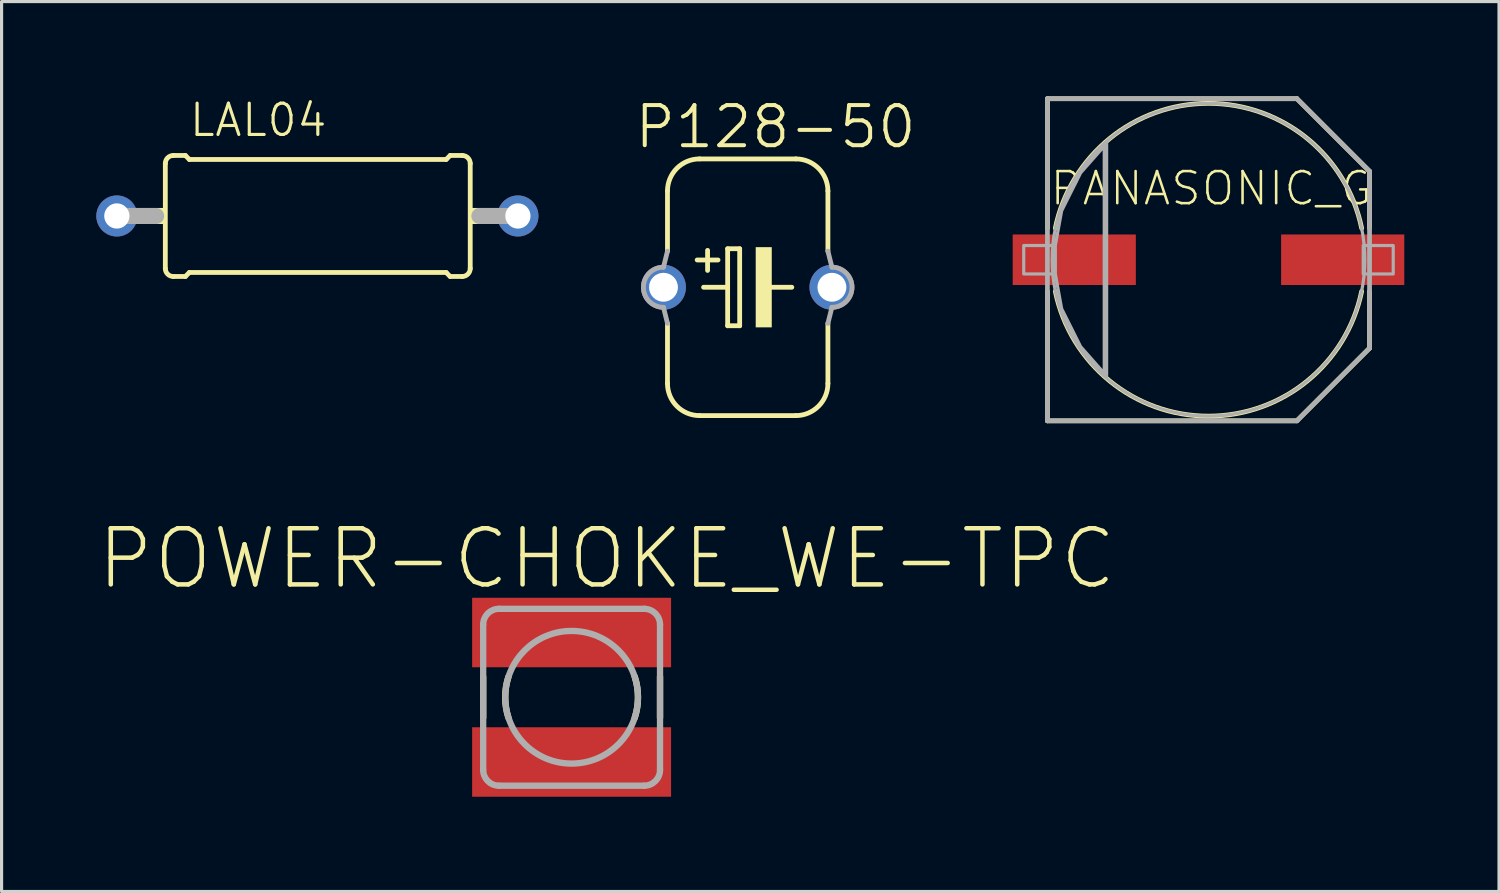
<source format=kicad_pcb>
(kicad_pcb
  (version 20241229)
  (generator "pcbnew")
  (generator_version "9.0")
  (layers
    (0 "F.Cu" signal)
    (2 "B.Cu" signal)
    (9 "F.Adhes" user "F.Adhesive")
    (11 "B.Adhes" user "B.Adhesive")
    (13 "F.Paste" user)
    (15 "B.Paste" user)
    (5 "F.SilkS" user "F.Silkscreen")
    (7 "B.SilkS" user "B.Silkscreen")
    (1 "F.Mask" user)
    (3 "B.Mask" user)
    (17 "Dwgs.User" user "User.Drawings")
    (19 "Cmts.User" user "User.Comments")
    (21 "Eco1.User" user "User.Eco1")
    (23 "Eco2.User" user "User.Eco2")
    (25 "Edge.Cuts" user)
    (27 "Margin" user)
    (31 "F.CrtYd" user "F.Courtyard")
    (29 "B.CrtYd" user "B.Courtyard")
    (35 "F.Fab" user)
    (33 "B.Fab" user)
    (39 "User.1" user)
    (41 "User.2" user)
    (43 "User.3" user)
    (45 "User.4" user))
  (footprint "POWER-CHOKE_WE-TPC"
    (layer "F.Cu")
    (at 15.05 19.029)
    (property "Reference" "POWER-CHOKE_WE-TPC" (at 1.114 -4.389 0) (layer "F.SilkS") (effects (font (size 1.778 1.778) (thickness 0.142))))
    (attr through_hole)
    (fp_line (start -2.8 -0.65) (end -2.8 0.65) (stroke (width 0.2) (type solid)) (layer "F.SilkS"))
    (fp_line (start 2.8 0.65) (end 2.8 -0.65) (stroke (width 0.2) (type solid)) (layer "F.SilkS"))
    (fp_arc (start -2 0.65) (mid -2.102974 0) (end -2 -0.65) (stroke (width 0.2) (type solid)) (layer "F.SilkS"))
    (fp_arc (start 2 -0.65) (mid 2.102974 0) (end 2 0.65) (stroke (width 0.2) (type solid)) (layer "F.SilkS"))
    (fp_line (start -2.8 2.3) (end -2.8 -2.3) (stroke (width 0.2) (type solid)) (layer "F.Fab"))
    (fp_line (start -2.3 -2.8) (end 2.3 -2.8) (stroke (width 0.2) (type solid)) (layer "F.Fab"))
    (fp_line (start 2.3 2.8) (end -2.3 2.8) (stroke (width 0.2) (type solid)) (layer "F.Fab"))
    (fp_line (start 2.8 -2.3) (end 2.8 2.3) (stroke (width 0.2) (type solid)) (layer "F.Fab"))
    (fp_arc (start -2.8 -2.3) (mid -2.653553 -2.653553) (end -2.3 -2.8) (stroke (width 0.2) (type solid)) (layer "F.Fab"))
    (fp_arc (start -2.3 2.8) (mid -2.653553 2.653553) (end -2.8 2.3) (stroke (width 0.2) (type solid)) (layer "F.Fab"))
    (fp_arc (start 2.3 -2.8) (mid 2.653553 -2.653553) (end 2.8 -2.3) (stroke (width 0.2) (type solid)) (layer "F.Fab"))
    (fp_arc (start 2.8 2.3) (mid 2.653553 2.653553) (end 2.3 2.8) (stroke (width 0.2) (type solid)) (layer "F.Fab"))
    (fp_circle (center 0 0) (end 2.1 0) (stroke (width 0.2) (type solid)) (fill no) (layer "F.Fab"))
    (pad "1" smd rect (at 0 -2.05) (size 6.3 2.2) (layers "F.Cu" "F.Mask" "F.Paste"))
    (pad "2" smd rect (at 0 2.05) (size 6.3 2.2) (layers "F.Cu" "F.Mask" "F.Paste")))
  (footprint "P128-50"
    (layer "F.Cu")
    (at 20.626 6.046)
    (property "Reference" "P128-50" (at 0.883 -5.08 0) (layer "F.SilkS") (effects (font (size 1.27 1.27) (thickness 0.127))))
    (attr through_hole)
    (fp_line (start -2.54 -3.048) (end -2.54 -1.143) (stroke (width 0.152) (type solid)) (layer "F.SilkS"))
    (fp_line (start -2.54 1.143) (end -2.54 3.048) (stroke (width 0.152) (type solid)) (layer "F.SilkS"))
    (fp_line (start -1.524 4.064) (end 1.524 4.064) (stroke (width 0.152) (type solid)) (layer "F.SilkS"))
    (fp_line (start -1.397 0) (end -0.635 0) (stroke (width 0.152) (type solid)) (layer "F.SilkS"))
    (fp_line (start -1.27 -1.168) (end -1.27 -0.533) (stroke (width 0.152) (type solid)) (layer "F.SilkS"))
    (fp_line (start -0.94 -0.864) (end -1.6 -0.864) (stroke (width 0.152) (type solid)) (layer "F.SilkS"))
    (fp_line (start -0.635 -1.219) (end -0.635 0) (stroke (width 0.152) (type solid)) (layer "F.SilkS"))
    (fp_line (start -0.635 0) (end -0.635 1.219) (stroke (width 0.152) (type solid)) (layer "F.SilkS"))
    (fp_line (start -0.635 1.219) (end -0.254 1.219) (stroke (width 0.152) (type solid)) (layer "F.SilkS"))
    (fp_line (start -0.254 -1.219) (end -0.635 -1.219) (stroke (width 0.152) (type solid)) (layer "F.SilkS"))
    (fp_line (start -0.254 1.219) (end -0.254 -1.219) (stroke (width 0.152) (type solid)) (layer "F.SilkS"))
    (fp_line (start 0.635 0) (end 1.397 0) (stroke (width 0.152) (type solid)) (layer "F.SilkS"))
    (fp_line (start 1.524 -4.064) (end -1.524 -4.064) (stroke (width 0.152) (type solid)) (layer "F.SilkS"))
    (fp_line (start 2.54 -3.048) (end 2.54 -1.143) (stroke (width 0.152) (type solid)) (layer "F.SilkS"))
    (fp_line (start 2.54 1.143) (end 2.54 3.048) (stroke (width 0.152) (type solid)) (layer "F.SilkS"))
    (fp_arc (start -2.54 -3.048) (mid -2.24242 -3.76642) (end -1.524 -4.064) (stroke (width 0.1524) (type solid)) (layer "F.SilkS"))
    (fp_arc (start -1.524 4.064) (mid -2.24242 3.76642) (end -2.54 3.048) (stroke (width 0.1524) (type solid)) (layer "F.SilkS"))
    (fp_arc (start 1.524 -4.064) (mid 2.24242 -3.76642) (end 2.54 -3.048) (stroke (width 0.1524) (type solid)) (layer "F.SilkS"))
    (fp_arc (start 2.54 3.048) (mid 2.24242 3.76642) (end 1.524 4.064) (stroke (width 0.1524) (type solid)) (layer "F.SilkS"))
    (fp_poly (pts (xy 0.254 -1.27) (xy 0.762 -1.27) (xy 0.762 1.27) (xy 0.254 1.27)) (stroke (width 0) (type solid)) (fill yes) (layer "F.SilkS"))
    (fp_line (start -2.667 -0.635) (end -2.54 -1.143) (stroke (width 0.152) (type solid)) (layer "F.Fab"))
    (fp_line (start -2.54 1.143) (end -2.667 0.635) (stroke (width 0.152) (type solid)) (layer "F.Fab"))
    (fp_line (start 2.54 1.143) (end 2.667 0.635) (stroke (width 0.152) (type solid)) (layer "F.Fab"))
    (fp_line (start 2.667 -0.635) (end 2.54 -1.143) (stroke (width 0.152) (type solid)) (layer "F.Fab"))
    (fp_arc (start -2.667 0.635) (mid -3.302 0) (end -2.667 -0.635) (stroke (width 0.1524) (type solid)) (layer "F.Fab"))
    (fp_arc (start 2.667 -0.635) (mid 3.302 0) (end 2.667 0.635) (stroke (width 0.1524) (type solid)) (layer "F.Fab"))
    (pad "+" thru_hole circle (at -2.667 0) (size 1.422 1.422) (drill 0.914) (layers "*.Cu" "*.Mask"))
    (pad "-" thru_hole circle (at 2.667 0) (size 1.422 1.422) (drill 0.914) (layers "*.Cu" "*.Mask")))
  (footprint "PANASONIC_G"
    (layer "F.Cu")
    (at 35.217 5.175)
    (property "Reference" "PANASONIC_G" (at 0.087 -2.258 0) (layer "F.SilkS") (effects (font (size 1.016 1.016) (thickness 0.081))))
    (attr through_hole)
    (fp_line (start -5.1 -5.1) (end 2.8 -5.1) (stroke (width 0.15) (type solid)) (layer "F.SilkS"))
    (fp_line (start -5.1 -1) (end -5.1 -5.1) (stroke (width 0.15) (type solid)) (layer "F.SilkS"))
    (fp_line (start -5.1 5.1) (end -5.1 1) (stroke (width 0.15) (type solid)) (layer "F.SilkS"))
    (fp_line (start 2.8 -5.1) (end 5.1 -2.8) (stroke (width 0.15) (type solid)) (layer "F.SilkS"))
    (fp_line (start 2.8 5.1) (end -5.1 5.1) (stroke (width 0.15) (type solid)) (layer "F.SilkS"))
    (fp_line (start 5.1 -2.8) (end 5.1 -1) (stroke (width 0.15) (type solid)) (layer "F.SilkS"))
    (fp_line (start 5.1 1) (end 5.1 2.8) (stroke (width 0.15) (type solid)) (layer "F.SilkS"))
    (fp_line (start 5.1 2.8) (end 2.8 5.1) (stroke (width 0.15) (type solid)) (layer "F.SilkS"))
    (fp_arc (start -4.85 -1) (mid 0 -4.95202) (end 4.85 -1) (stroke (width 0.15) (type solid)) (layer "F.SilkS"))
    (fp_arc (start 4.85 1) (mid 0 4.95202) (end -4.85 1) (stroke (width 0.15) (type solid)) (layer "F.SilkS"))
    (fp_line (start -5.1 -5.1) (end 2.8 -5.1) (stroke (width 0.15) (type solid)) (layer "F.Fab"))
    (fp_line (start -5.1 5.1) (end -5.1 -5.1) (stroke (width 0.15) (type solid)) (layer "F.Fab"))
    (fp_line (start -3.25 -3.7) (end -3.25 3.65) (stroke (width 0.15) (type solid)) (layer "F.Fab"))
    (fp_line (start 2.8 -5.1) (end 5.1 -2.8) (stroke (width 0.15) (type solid)) (layer "F.Fab"))
    (fp_line (start 2.8 5.1) (end -5.1 5.1) (stroke (width 0.15) (type solid)) (layer "F.Fab"))
    (fp_line (start 5.1 -2.8) (end 5.1 2.8) (stroke (width 0.15) (type solid)) (layer "F.Fab"))
    (fp_line (start 5.1 2.8) (end 2.8 5.1) (stroke (width 0.15) (type solid)) (layer "F.Fab"))
    (fp_circle (center 0 0) (end 4.95 0) (stroke (width 0.102) (type solid)) (fill no) (layer "F.Fab"))
    (fp_poly (pts (xy -5.85 -0.45) (xy -4.9 -0.45) (xy -4.9 0.45) (xy -5.85 0.45)) (stroke (width 0.1) (type solid)) (fill no) (layer "F.Fab"))
    (fp_poly (pts (xy 4.9 -0.45) (xy 5.85 -0.45) (xy 5.85 0.45) (xy 4.9 0.45)) (stroke (width 0.1) (type solid)) (fill no) (layer "F.Fab"))
    (fp_poly (pts (xy -3.3 -3.6) (xy -4.05 -2.75) (xy -4.65 -1.55) (xy -4.85 -0.45) (xy -4.85 0.45) (xy -4.65 1.55) (xy -4.05 2.75) (xy -3.3 3.6) (xy -3.3 -3.55)) (stroke (width 0.102) (type solid)) (fill no) (layer "F.Fab"))
    (pad "+" smd rect (at 4.25 0) (size 3.9 1.6) (layers "F.Cu" "F.Mask" "F.Paste"))
    (pad "-" smd rect (at -4.25 0) (size 3.9 1.6) (layers "F.Cu" "F.Mask" "F.Paste")))
  (footprint "LAL04"
    (layer "F.Cu")
    (at 7 3.789)
    (property "Reference" "LAL04" (at -1.874 -3.035 0) (layer "F.SilkS") (effects (font (size 0.991 0.991) (thickness 0.099))))
    (attr through_hole)
    (fp_line (start -4.815 1.662) (end -4.815 -1.662) (stroke (width 0.152) (type solid)) (layer "F.SilkS"))
    (fp_line (start -4.561 -1.916) (end -4.18 -1.916) (stroke (width 0.152) (type solid)) (layer "F.SilkS"))
    (fp_line (start -4.561 1.916) (end -4.18 1.916) (stroke (width 0.152) (type solid)) (layer "F.SilkS"))
    (fp_line (start -4.053 -1.789) (end -4.18 -1.916) (stroke (width 0.152) (type solid)) (layer "F.SilkS"))
    (fp_line (start -4.053 1.789) (end -4.18 1.916) (stroke (width 0.152) (type solid)) (layer "F.SilkS"))
    (fp_line (start 4.078 -1.789) (end -4.053 -1.789) (stroke (width 0.152) (type solid)) (layer "F.SilkS"))
    (fp_line (start 4.078 -1.789) (end 4.205 -1.916) (stroke (width 0.152) (type solid)) (layer "F.SilkS"))
    (fp_line (start 4.078 1.789) (end -4.053 1.789) (stroke (width 0.152) (type solid)) (layer "F.SilkS"))
    (fp_line (start 4.078 1.789) (end 4.205 1.916) (stroke (width 0.152) (type solid)) (layer "F.SilkS"))
    (fp_line (start 4.586 -1.916) (end 4.205 -1.916) (stroke (width 0.152) (type solid)) (layer "F.SilkS"))
    (fp_line (start 4.586 1.916) (end 4.205 1.916) (stroke (width 0.152) (type solid)) (layer "F.SilkS"))
    (fp_line (start 4.84 1.662) (end 4.84 -1.662) (stroke (width 0.152) (type solid)) (layer "F.SilkS"))
    (fp_arc (start -4.815 -1.662) (mid -4.740605 -1.841605) (end -4.561 -1.916) (stroke (width 0.1524) (type solid)) (layer "F.SilkS"))
    (fp_arc (start -4.561 1.916) (mid -4.740605 1.841605) (end -4.815 1.662) (stroke (width 0.1524) (type solid)) (layer "F.SilkS"))
    (fp_arc (start 4.586 -1.916) (mid 4.765605 -1.841605) (end 4.84 -1.662) (stroke (width 0.1524) (type solid)) (layer "F.SilkS"))
    (fp_arc (start 4.84 1.662) (mid 4.765605 1.841605) (end 4.586 1.916) (stroke (width 0.1524) (type solid)) (layer "F.SilkS"))
    (fp_poly (pts (xy -5.1 -0.254) (xy -4.815 -0.254) (xy -4.815 0.254) (xy -5.1 0.254)) (stroke (width 0) (type solid)) (fill yes) (layer "F.SilkS"))
    (fp_poly (pts (xy 4.84 -0.254) (xy 5.125 -0.254) (xy 5.125 0.254) (xy 4.84 0.254)) (stroke (width 0) (type solid)) (fill yes) (layer "F.SilkS"))
    (fp_line (start -6.35 0) (end -5.105 0) (stroke (width 0.508) (type solid)) (layer "F.Fab"))
    (fp_line (start 6.35 0) (end 5.13 0) (stroke (width 0.508) (type solid)) (layer "F.Fab"))
    (pad "1" thru_hole circle (at -6.35 0) (size 1.3 1.3) (drill 0.8) (layers "*.Cu" "*.Mask"))
    (pad "2" thru_hole circle (at 6.35 0) (size 1.3 1.3) (drill 0.8) (layers "*.Cu" "*.Mask")))
  (gr_rect
    (start -3 -3)
    (end 44.417 25.179)
    (stroke (width 0.1) (type default))
    (fill no)
    (layer "Edge.Cuts")))
</source>
